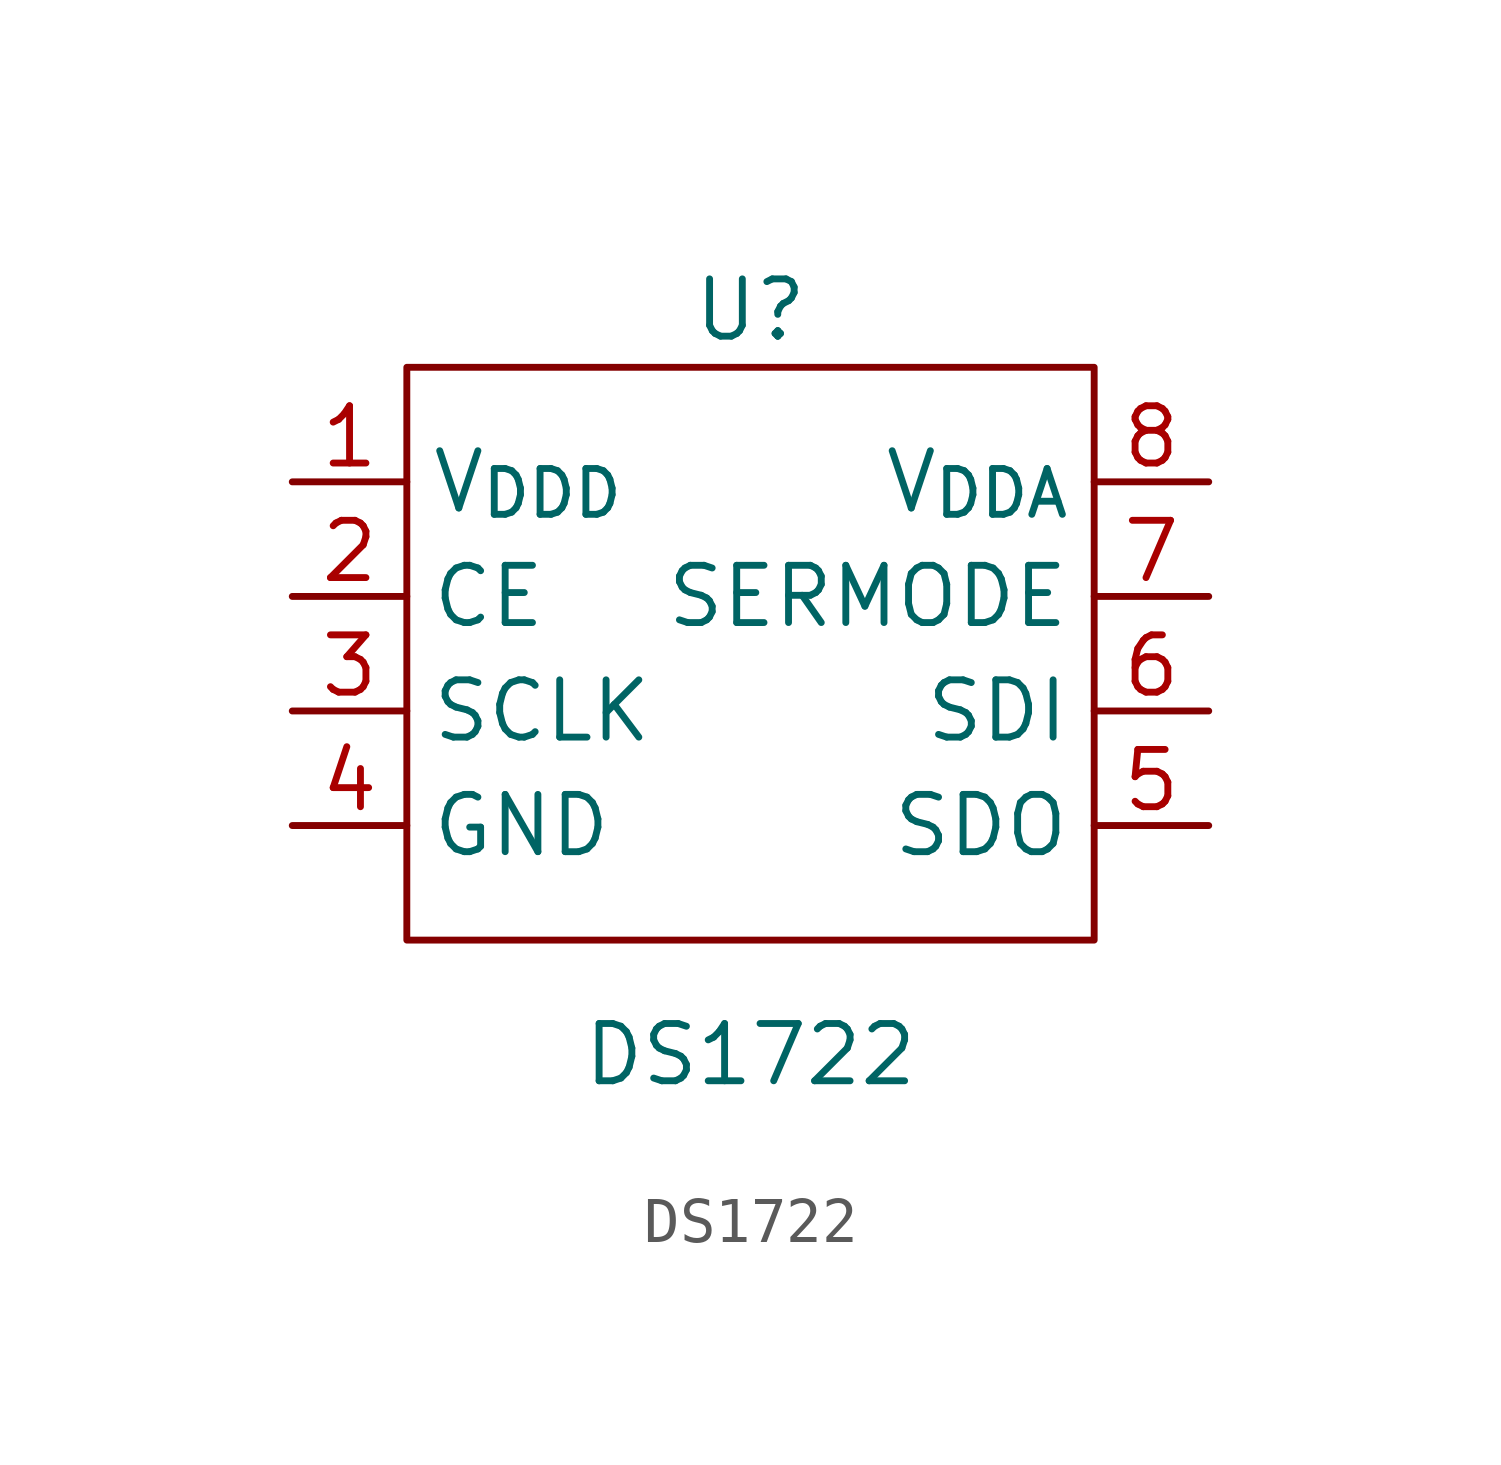
<source format=kicad_sym>
(kicad_symbol_lib
  (version 20211014)
  (generator kicad_symbol_editor)
  (symbol "DS1722"
    (property "Reference" "U"
      (at 0 7.62 0)
      (effects (font (size 1.27 1.27))))
    (property "Value" "DS1722"
      (at 0 -8.89 0)
      (effects (font (size 1.27 1.27))))
    (symbol "DS1722_0_1"
      (rectangle (start -7.62 6.35) (end 7.62 -6.35) (stroke (width 0) (type default) (color 0 0 0 0)) (fill (type none))))
    (symbol "DS1722_1_1"
      (pin bidirectional line (at -10.16 3.81 0) (length 2.54) (name "V_{DDD}" (effects (font (size 1.27 1.27)))) (number "1" (effects (font (size 1.27 1.27)))))
      (pin bidirectional line (at -10.16 1.27 0) (length 2.54) (name "CE" (effects (font (size 1.27 1.27)))) (number "2" (effects (font (size 1.27 1.27)))))
      (pin bidirectional line (at -10.16 -1.27 0) (length 2.54) (name "SCLK" (effects (font (size 1.27 1.27)))) (number "3" (effects (font (size 1.27 1.27)))))
      (pin bidirectional line (at -10.16 -3.81 0) (length 2.54) (name "GND" (effects (font (size 1.27 1.27)))) (number "4" (effects (font (size 1.27 1.27)))))
      (pin bidirectional line (at 10.16 -3.81 180) (length 2.54) (name "SDO" (effects (font (size 1.27 1.27)))) (number "5" (effects (font (size 1.27 1.27)))))
      (pin bidirectional line (at 10.16 -1.27 180) (length 2.54) (name "SDI" (effects (font (size 1.27 1.27)))) (number "6" (effects (font (size 1.27 1.27)))))
      (pin bidirectional line (at 10.16 1.27 180) (length 2.54) (name "SERMODE" (effects (font (size 1.27 1.27)))) (number "7" (effects (font (size 1.27 1.27)))))
      (pin bidirectional line (at 10.16 3.81 180) (length 2.54) (name "V_{DDA}" (effects (font (size 1.27 1.27)))) (number "8" (effects (font (size 1.27 1.27))))))))
</source>
